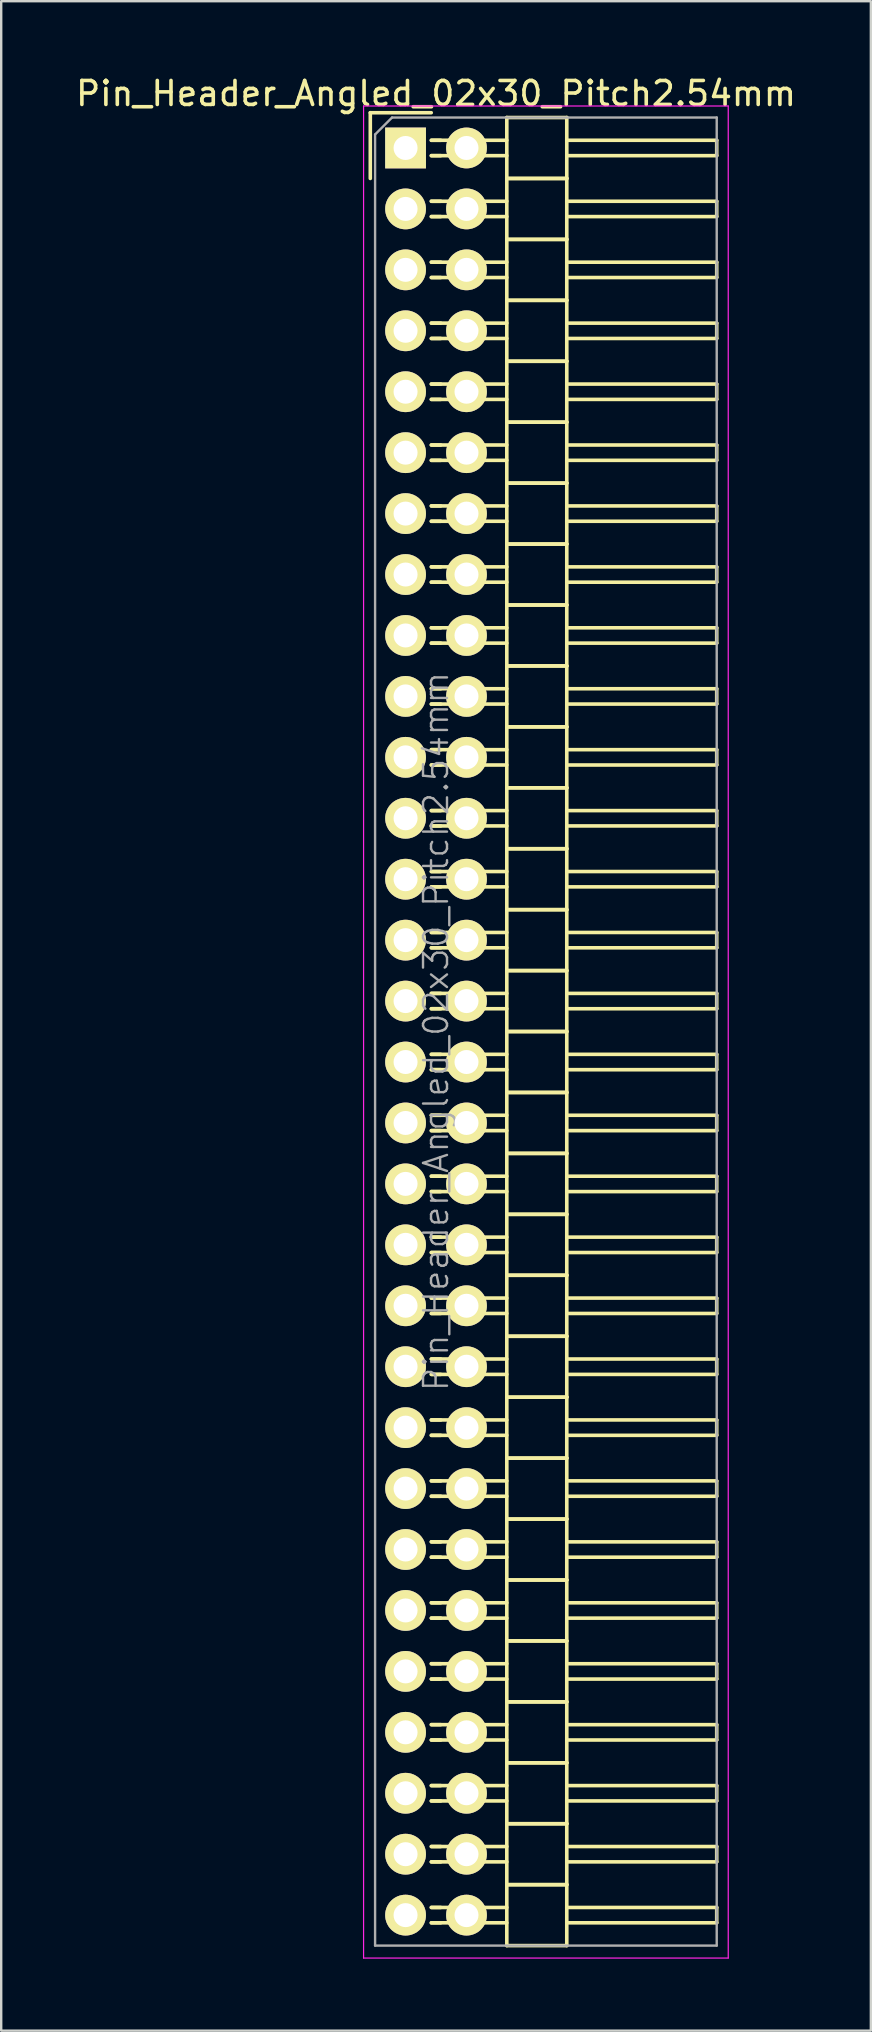
<source format=kicad_pcb>
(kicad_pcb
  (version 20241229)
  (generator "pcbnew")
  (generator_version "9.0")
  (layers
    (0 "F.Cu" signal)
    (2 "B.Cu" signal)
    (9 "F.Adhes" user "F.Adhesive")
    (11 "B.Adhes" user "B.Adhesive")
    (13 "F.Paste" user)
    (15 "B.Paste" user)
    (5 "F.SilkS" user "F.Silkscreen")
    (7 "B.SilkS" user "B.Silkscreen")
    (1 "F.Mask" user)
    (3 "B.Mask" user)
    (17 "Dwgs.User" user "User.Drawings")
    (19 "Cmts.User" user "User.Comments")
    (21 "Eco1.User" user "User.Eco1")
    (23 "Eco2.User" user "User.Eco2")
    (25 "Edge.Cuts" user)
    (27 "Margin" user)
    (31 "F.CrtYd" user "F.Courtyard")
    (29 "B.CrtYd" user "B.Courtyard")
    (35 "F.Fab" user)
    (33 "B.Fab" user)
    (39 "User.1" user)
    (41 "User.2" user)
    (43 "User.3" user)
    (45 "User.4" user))
  (footprint "Pin_Header_Angled_02x30_Pitch2.54mm"
    (layer "F.Cu")
    (at 13.855 3.118)
    (property "Reference" "Pin_Header_Angled_02x30_Pitch2.54mm" (at 1.27 -2.27 0) (layer "F.SilkS") (effects (font (size 1 1) (thickness 0.15))))
    (attr smd)
    (fp_line (start -1.47 -1.47) (end -1.47 1.27) (stroke (width 0.15) (type solid)) (layer "F.SilkS"))
    (fp_line (start -1.47 -1.47) (end 1.07 -1.47) (stroke (width 0.15) (type solid)) (layer "F.SilkS"))
    (fp_line (start 1.465 -0.32) (end 1.075 -0.32) (stroke (width 0.15) (type solid)) (layer "F.SilkS"))
    (fp_line (start 1.465 0.32) (end 1.075 0.32) (stroke (width 0.15) (type solid)) (layer "F.SilkS"))
    (fp_line (start 1.465 2.22) (end 1.075 2.22) (stroke (width 0.15) (type solid)) (layer "F.SilkS"))
    (fp_line (start 1.465 2.86) (end 1.075 2.86) (stroke (width 0.15) (type solid)) (layer "F.SilkS"))
    (fp_line (start 1.465 4.76) (end 1.075 4.76) (stroke (width 0.15) (type solid)) (layer "F.SilkS"))
    (fp_line (start 1.465 5.4) (end 1.075 5.4) (stroke (width 0.15) (type solid)) (layer "F.SilkS"))
    (fp_line (start 1.465 7.3) (end 1.075 7.3) (stroke (width 0.15) (type solid)) (layer "F.SilkS"))
    (fp_line (start 1.465 7.94) (end 1.075 7.94) (stroke (width 0.15) (type solid)) (layer "F.SilkS"))
    (fp_line (start 1.465 9.84) (end 1.075 9.84) (stroke (width 0.15) (type solid)) (layer "F.SilkS"))
    (fp_line (start 1.465 10.48) (end 1.075 10.48) (stroke (width 0.15) (type solid)) (layer "F.SilkS"))
    (fp_line (start 1.465 12.38) (end 1.075 12.38) (stroke (width 0.15) (type solid)) (layer "F.SilkS"))
    (fp_line (start 1.465 13.02) (end 1.075 13.02) (stroke (width 0.15) (type solid)) (layer "F.SilkS"))
    (fp_line (start 1.465 14.92) (end 1.075 14.92) (stroke (width 0.15) (type solid)) (layer "F.SilkS"))
    (fp_line (start 1.465 15.56) (end 1.075 15.56) (stroke (width 0.15) (type solid)) (layer "F.SilkS"))
    (fp_line (start 1.465 17.46) (end 1.075 17.46) (stroke (width 0.15) (type solid)) (layer "F.SilkS"))
    (fp_line (start 1.465 18.1) (end 1.075 18.1) (stroke (width 0.15) (type solid)) (layer "F.SilkS"))
    (fp_line (start 1.465 20) (end 1.075 20) (stroke (width 0.15) (type solid)) (layer "F.SilkS"))
    (fp_line (start 1.465 20.64) (end 1.075 20.64) (stroke (width 0.15) (type solid)) (layer "F.SilkS"))
    (fp_line (start 1.465 22.54) (end 1.075 22.54) (stroke (width 0.15) (type solid)) (layer "F.SilkS"))
    (fp_line (start 1.465 23.18) (end 1.075 23.18) (stroke (width 0.15) (type solid)) (layer "F.SilkS"))
    (fp_line (start 1.465 25.08) (end 1.075 25.08) (stroke (width 0.15) (type solid)) (layer "F.SilkS"))
    (fp_line (start 1.465 25.72) (end 1.075 25.72) (stroke (width 0.15) (type solid)) (layer "F.SilkS"))
    (fp_line (start 1.465 27.62) (end 1.075 27.62) (stroke (width 0.15) (type solid)) (layer "F.SilkS"))
    (fp_line (start 1.465 28.26) (end 1.075 28.26) (stroke (width 0.15) (type solid)) (layer "F.SilkS"))
    (fp_line (start 1.465 30.16) (end 1.075 30.16) (stroke (width 0.15) (type solid)) (layer "F.SilkS"))
    (fp_line (start 1.465 30.8) (end 1.075 30.8) (stroke (width 0.15) (type solid)) (layer "F.SilkS"))
    (fp_line (start 1.465 32.7) (end 1.075 32.7) (stroke (width 0.15) (type solid)) (layer "F.SilkS"))
    (fp_line (start 1.465 33.34) (end 1.075 33.34) (stroke (width 0.15) (type solid)) (layer "F.SilkS"))
    (fp_line (start 1.465 35.24) (end 1.075 35.24) (stroke (width 0.15) (type solid)) (layer "F.SilkS"))
    (fp_line (start 1.465 35.88) (end 1.075 35.88) (stroke (width 0.15) (type solid)) (layer "F.SilkS"))
    (fp_line (start 1.465 37.78) (end 1.075 37.78) (stroke (width 0.15) (type solid)) (layer "F.SilkS"))
    (fp_line (start 1.465 38.42) (end 1.075 38.42) (stroke (width 0.15) (type solid)) (layer "F.SilkS"))
    (fp_line (start 1.465 40.32) (end 1.075 40.32) (stroke (width 0.15) (type solid)) (layer "F.SilkS"))
    (fp_line (start 1.465 40.96) (end 1.075 40.96) (stroke (width 0.15) (type solid)) (layer "F.SilkS"))
    (fp_line (start 1.465 42.86) (end 1.075 42.86) (stroke (width 0.15) (type solid)) (layer "F.SilkS"))
    (fp_line (start 1.465 43.5) (end 1.075 43.5) (stroke (width 0.15) (type solid)) (layer "F.SilkS"))
    (fp_line (start 1.465 45.4) (end 1.075 45.4) (stroke (width 0.15) (type solid)) (layer "F.SilkS"))
    (fp_line (start 1.465 46.04) (end 1.075 46.04) (stroke (width 0.15) (type solid)) (layer "F.SilkS"))
    (fp_line (start 1.465 47.94) (end 1.075 47.94) (stroke (width 0.15) (type solid)) (layer "F.SilkS"))
    (fp_line (start 1.465 48.58) (end 1.075 48.58) (stroke (width 0.15) (type solid)) (layer "F.SilkS"))
    (fp_line (start 1.465 50.48) (end 1.075 50.48) (stroke (width 0.15) (type solid)) (layer "F.SilkS"))
    (fp_line (start 1.465 51.12) (end 1.075 51.12) (stroke (width 0.15) (type solid)) (layer "F.SilkS"))
    (fp_line (start 1.465 53.02) (end 1.075 53.02) (stroke (width 0.15) (type solid)) (layer "F.SilkS"))
    (fp_line (start 1.465 53.66) (end 1.075 53.66) (stroke (width 0.15) (type solid)) (layer "F.SilkS"))
    (fp_line (start 1.465 55.56) (end 1.075 55.56) (stroke (width 0.15) (type solid)) (layer "F.SilkS"))
    (fp_line (start 1.465 56.2) (end 1.075 56.2) (stroke (width 0.15) (type solid)) (layer "F.SilkS"))
    (fp_line (start 1.465 58.1) (end 1.075 58.1) (stroke (width 0.15) (type solid)) (layer "F.SilkS"))
    (fp_line (start 1.465 58.74) (end 1.075 58.74) (stroke (width 0.15) (type solid)) (layer "F.SilkS"))
    (fp_line (start 1.465 60.64) (end 1.075 60.64) (stroke (width 0.15) (type solid)) (layer "F.SilkS"))
    (fp_line (start 1.465 61.28) (end 1.075 61.28) (stroke (width 0.15) (type solid)) (layer "F.SilkS"))
    (fp_line (start 1.465 63.18) (end 1.075 63.18) (stroke (width 0.15) (type solid)) (layer "F.SilkS"))
    (fp_line (start 1.465 63.82) (end 1.075 63.82) (stroke (width 0.15) (type solid)) (layer "F.SilkS"))
    (fp_line (start 1.465 65.72) (end 1.075 65.72) (stroke (width 0.15) (type solid)) (layer "F.SilkS"))
    (fp_line (start 1.465 66.36) (end 1.075 66.36) (stroke (width 0.15) (type solid)) (layer "F.SilkS"))
    (fp_line (start 1.465 68.26) (end 1.075 68.26) (stroke (width 0.15) (type solid)) (layer "F.SilkS"))
    (fp_line (start 1.465 68.9) (end 1.075 68.9) (stroke (width 0.15) (type solid)) (layer "F.SilkS"))
    (fp_line (start 1.465 70.8) (end 1.075 70.8) (stroke (width 0.15) (type solid)) (layer "F.SilkS"))
    (fp_line (start 1.465 71.44) (end 1.075 71.44) (stroke (width 0.15) (type solid)) (layer "F.SilkS"))
    (fp_line (start 1.465 73.34) (end 1.075 73.34) (stroke (width 0.15) (type solid)) (layer "F.SilkS"))
    (fp_line (start 1.465 73.98) (end 1.075 73.98) (stroke (width 0.15) (type solid)) (layer "F.SilkS"))
    (fp_line (start 4.22 -0.32) (end 1.075 -0.32) (stroke (width 0.15) (type solid)) (layer "F.SilkS"))
    (fp_line (start 4.22 0.32) (end 1.075 0.32) (stroke (width 0.15) (type solid)) (layer "F.SilkS"))
    (fp_line (start 4.22 1.27) (end 4.22 -1.27) (stroke (width 0.15) (type solid)) (layer "F.SilkS"))
    (fp_line (start 4.22 2.22) (end 1.075 2.22) (stroke (width 0.15) (type solid)) (layer "F.SilkS"))
    (fp_line (start 4.22 2.86) (end 1.075 2.86) (stroke (width 0.15) (type solid)) (layer "F.SilkS"))
    (fp_line (start 4.22 3.81) (end 4.22 1.27) (stroke (width 0.15) (type solid)) (layer "F.SilkS"))
    (fp_line (start 4.22 4.76) (end 1.075 4.76) (stroke (width 0.15) (type solid)) (layer "F.SilkS"))
    (fp_line (start 4.22 5.4) (end 1.075 5.4) (stroke (width 0.15) (type solid)) (layer "F.SilkS"))
    (fp_line (start 4.22 6.35) (end 4.22 3.81) (stroke (width 0.15) (type solid)) (layer "F.SilkS"))
    (fp_line (start 4.22 7.3) (end 1.075 7.3) (stroke (width 0.15) (type solid)) (layer "F.SilkS"))
    (fp_line (start 4.22 7.94) (end 1.075 7.94) (stroke (width 0.15) (type solid)) (layer "F.SilkS"))
    (fp_line (start 4.22 8.89) (end 4.22 6.35) (stroke (width 0.15) (type solid)) (layer "F.SilkS"))
    (fp_line (start 4.22 9.84) (end 1.075 9.84) (stroke (width 0.15) (type solid)) (layer "F.SilkS"))
    (fp_line (start 4.22 10.48) (end 1.075 10.48) (stroke (width 0.15) (type solid)) (layer "F.SilkS"))
    (fp_line (start 4.22 11.43) (end 4.22 8.89) (stroke (width 0.15) (type solid)) (layer "F.SilkS"))
    (fp_line (start 4.22 12.38) (end 1.075 12.38) (stroke (width 0.15) (type solid)) (layer "F.SilkS"))
    (fp_line (start 4.22 13.02) (end 1.075 13.02) (stroke (width 0.15) (type solid)) (layer "F.SilkS"))
    (fp_line (start 4.22 13.97) (end 4.22 11.43) (stroke (width 0.15) (type solid)) (layer "F.SilkS"))
    (fp_line (start 4.22 14.92) (end 1.075 14.92) (stroke (width 0.15) (type solid)) (layer "F.SilkS"))
    (fp_line (start 4.22 15.56) (end 1.075 15.56) (stroke (width 0.15) (type solid)) (layer "F.SilkS"))
    (fp_line (start 4.22 16.51) (end 4.22 13.97) (stroke (width 0.15) (type solid)) (layer "F.SilkS"))
    (fp_line (start 4.22 17.46) (end 1.075 17.46) (stroke (width 0.15) (type solid)) (layer "F.SilkS"))
    (fp_line (start 4.22 18.1) (end 1.075 18.1) (stroke (width 0.15) (type solid)) (layer "F.SilkS"))
    (fp_line (start 4.22 19.05) (end 4.22 16.51) (stroke (width 0.15) (type solid)) (layer "F.SilkS"))
    (fp_line (start 4.22 20) (end 1.075 20) (stroke (width 0.15) (type solid)) (layer "F.SilkS"))
    (fp_line (start 4.22 20.64) (end 1.075 20.64) (stroke (width 0.15) (type solid)) (layer "F.SilkS"))
    (fp_line (start 4.22 21.59) (end 4.22 19.05) (stroke (width 0.15) (type solid)) (layer "F.SilkS"))
    (fp_line (start 4.22 22.54) (end 1.075 22.54) (stroke (width 0.15) (type solid)) (layer "F.SilkS"))
    (fp_line (start 4.22 23.18) (end 1.075 23.18) (stroke (width 0.15) (type solid)) (layer "F.SilkS"))
    (fp_line (start 4.22 24.13) (end 4.22 21.59) (stroke (width 0.15) (type solid)) (layer "F.SilkS"))
    (fp_line (start 4.22 25.08) (end 1.075 25.08) (stroke (width 0.15) (type solid)) (layer "F.SilkS"))
    (fp_line (start 4.22 25.72) (end 1.075 25.72) (stroke (width 0.15) (type solid)) (layer "F.SilkS"))
    (fp_line (start 4.22 26.67) (end 4.22 24.13) (stroke (width 0.15) (type solid)) (layer "F.SilkS"))
    (fp_line (start 4.22 27.62) (end 1.075 27.62) (stroke (width 0.15) (type solid)) (layer "F.SilkS"))
    (fp_line (start 4.22 28.26) (end 1.075 28.26) (stroke (width 0.15) (type solid)) (layer "F.SilkS"))
    (fp_line (start 4.22 29.21) (end 4.22 26.67) (stroke (width 0.15) (type solid)) (layer "F.SilkS"))
    (fp_line (start 4.22 30.16) (end 1.075 30.16) (stroke (width 0.15) (type solid)) (layer "F.SilkS"))
    (fp_line (start 4.22 30.8) (end 1.075 30.8) (stroke (width 0.15) (type solid)) (layer "F.SilkS"))
    (fp_line (start 4.22 31.75) (end 4.22 29.21) (stroke (width 0.15) (type solid)) (layer "F.SilkS"))
    (fp_line (start 4.22 32.7) (end 1.075 32.7) (stroke (width 0.15) (type solid)) (layer "F.SilkS"))
    (fp_line (start 4.22 33.34) (end 1.075 33.34) (stroke (width 0.15) (type solid)) (layer "F.SilkS"))
    (fp_line (start 4.22 34.29) (end 4.22 31.75) (stroke (width 0.15) (type solid)) (layer "F.SilkS"))
    (fp_line (start 4.22 35.24) (end 1.075 35.24) (stroke (width 0.15) (type solid)) (layer "F.SilkS"))
    (fp_line (start 4.22 35.88) (end 1.075 35.88) (stroke (width 0.15) (type solid)) (layer "F.SilkS"))
    (fp_line (start 4.22 36.83) (end 4.22 34.29) (stroke (width 0.15) (type solid)) (layer "F.SilkS"))
    (fp_line (start 4.22 37.78) (end 1.075 37.78) (stroke (width 0.15) (type solid)) (layer "F.SilkS"))
    (fp_line (start 4.22 38.42) (end 1.075 38.42) (stroke (width 0.15) (type solid)) (layer "F.SilkS"))
    (fp_line (start 4.22 39.37) (end 4.22 36.83) (stroke (width 0.15) (type solid)) (layer "F.SilkS"))
    (fp_line (start 4.22 40.32) (end 1.075 40.32) (stroke (width 0.15) (type solid)) (layer "F.SilkS"))
    (fp_line (start 4.22 40.96) (end 1.075 40.96) (stroke (width 0.15) (type solid)) (layer "F.SilkS"))
    (fp_line (start 4.22 41.91) (end 4.22 39.37) (stroke (width 0.15) (type solid)) (layer "F.SilkS"))
    (fp_line (start 4.22 42.86) (end 1.075 42.86) (stroke (width 0.15) (type solid)) (layer "F.SilkS"))
    (fp_line (start 4.22 43.5) (end 1.075 43.5) (stroke (width 0.15) (type solid)) (layer "F.SilkS"))
    (fp_line (start 4.22 44.45) (end 4.22 41.91) (stroke (width 0.15) (type solid)) (layer "F.SilkS"))
    (fp_line (start 4.22 45.4) (end 1.075 45.4) (stroke (width 0.15) (type solid)) (layer "F.SilkS"))
    (fp_line (start 4.22 46.04) (end 1.075 46.04) (stroke (width 0.15) (type solid)) (layer "F.SilkS"))
    (fp_line (start 4.22 46.99) (end 4.22 44.45) (stroke (width 0.15) (type solid)) (layer "F.SilkS"))
    (fp_line (start 4.22 47.94) (end 1.075 47.94) (stroke (width 0.15) (type solid)) (layer "F.SilkS"))
    (fp_line (start 4.22 48.58) (end 1.075 48.58) (stroke (width 0.15) (type solid)) (layer "F.SilkS"))
    (fp_line (start 4.22 49.53) (end 4.22 46.99) (stroke (width 0.15) (type solid)) (layer "F.SilkS"))
    (fp_line (start 4.22 50.48) (end 1.075 50.48) (stroke (width 0.15) (type solid)) (layer "F.SilkS"))
    (fp_line (start 4.22 51.12) (end 1.075 51.12) (stroke (width 0.15) (type solid)) (layer "F.SilkS"))
    (fp_line (start 4.22 52.07) (end 4.22 49.53) (stroke (width 0.15) (type solid)) (layer "F.SilkS"))
    (fp_line (start 4.22 53.02) (end 1.075 53.02) (stroke (width 0.15) (type solid)) (layer "F.SilkS"))
    (fp_line (start 4.22 53.66) (end 1.075 53.66) (stroke (width 0.15) (type solid)) (layer "F.SilkS"))
    (fp_line (start 4.22 54.61) (end 4.22 52.07) (stroke (width 0.15) (type solid)) (layer "F.SilkS"))
    (fp_line (start 4.22 55.56) (end 1.075 55.56) (stroke (width 0.15) (type solid)) (layer "F.SilkS"))
    (fp_line (start 4.22 56.2) (end 1.075 56.2) (stroke (width 0.15) (type solid)) (layer "F.SilkS"))
    (fp_line (start 4.22 57.15) (end 4.22 54.61) (stroke (width 0.15) (type solid)) (layer "F.SilkS"))
    (fp_line (start 4.22 58.1) (end 1.075 58.1) (stroke (width 0.15) (type solid)) (layer "F.SilkS"))
    (fp_line (start 4.22 58.74) (end 1.075 58.74) (stroke (width 0.15) (type solid)) (layer "F.SilkS"))
    (fp_line (start 4.22 59.69) (end 4.22 57.15) (stroke (width 0.15) (type solid)) (layer "F.SilkS"))
    (fp_line (start 4.22 60.64) (end 1.075 60.64) (stroke (width 0.15) (type solid)) (layer "F.SilkS"))
    (fp_line (start 4.22 61.28) (end 1.075 61.28) (stroke (width 0.15) (type solid)) (layer "F.SilkS"))
    (fp_line (start 4.22 62.23) (end 4.22 59.69) (stroke (width 0.15) (type solid)) (layer "F.SilkS"))
    (fp_line (start 4.22 63.18) (end 1.075 63.18) (stroke (width 0.15) (type solid)) (layer "F.SilkS"))
    (fp_line (start 4.22 63.82) (end 1.075 63.82) (stroke (width 0.15) (type solid)) (layer "F.SilkS"))
    (fp_line (start 4.22 64.77) (end 4.22 62.23) (stroke (width 0.15) (type solid)) (layer "F.SilkS"))
    (fp_line (start 4.22 65.72) (end 1.075 65.72) (stroke (width 0.15) (type solid)) (layer "F.SilkS"))
    (fp_line (start 4.22 66.36) (end 1.075 66.36) (stroke (width 0.15) (type solid)) (layer "F.SilkS"))
    (fp_line (start 4.22 67.31) (end 4.22 64.77) (stroke (width 0.15) (type solid)) (layer "F.SilkS"))
    (fp_line (start 4.22 68.26) (end 1.075 68.26) (stroke (width 0.15) (type solid)) (layer "F.SilkS"))
    (fp_line (start 4.22 68.9) (end 1.075 68.9) (stroke (width 0.15) (type solid)) (layer "F.SilkS"))
    (fp_line (start 4.22 69.85) (end 4.22 67.31) (stroke (width 0.15) (type solid)) (layer "F.SilkS"))
    (fp_line (start 4.22 70.8) (end 1.075 70.8) (stroke (width 0.15) (type solid)) (layer "F.SilkS"))
    (fp_line (start 4.22 71.44) (end 1.075 71.44) (stroke (width 0.15) (type solid)) (layer "F.SilkS"))
    (fp_line (start 4.22 72.39) (end 4.22 69.85) (stroke (width 0.15) (type solid)) (layer "F.SilkS"))
    (fp_line (start 4.22 73.34) (end 1.075 73.34) (stroke (width 0.15) (type solid)) (layer "F.SilkS"))
    (fp_line (start 4.22 73.98) (end 1.075 73.98) (stroke (width 0.15) (type solid)) (layer "F.SilkS"))
    (fp_line (start 4.22 74.93) (end 4.22 72.39) (stroke (width 0.15) (type solid)) (layer "F.SilkS"))
    (fp_line (start 6.72 -1.27) (end 4.22 -1.27) (stroke (width 0.15) (type solid)) (layer "F.SilkS"))
    (fp_line (start 6.72 -0.32) (end 12.97 -0.32) (stroke (width 0.15) (type solid)) (layer "F.SilkS"))
    (fp_line (start 6.72 0.32) (end 12.97 0.32) (stroke (width 0.15) (type solid)) (layer "F.SilkS"))
    (fp_line (start 6.72 1.27) (end 4.22 1.27) (stroke (width 0.15) (type solid)) (layer "F.SilkS"))
    (fp_line (start 6.72 1.27) (end 4.22 1.27) (stroke (width 0.15) (type solid)) (layer "F.SilkS"))
    (fp_line (start 6.72 1.27) (end 6.72 -1.27) (stroke (width 0.15) (type solid)) (layer "F.SilkS"))
    (fp_line (start 6.72 2.22) (end 12.97 2.22) (stroke (width 0.15) (type solid)) (layer "F.SilkS"))
    (fp_line (start 6.72 2.86) (end 12.97 2.86) (stroke (width 0.15) (type solid)) (layer "F.SilkS"))
    (fp_line (start 6.72 3.81) (end 4.22 3.81) (stroke (width 0.15) (type solid)) (layer "F.SilkS"))
    (fp_line (start 6.72 3.81) (end 4.22 3.81) (stroke (width 0.15) (type solid)) (layer "F.SilkS"))
    (fp_line (start 6.72 3.81) (end 6.72 1.27) (stroke (width 0.15) (type solid)) (layer "F.SilkS"))
    (fp_line (start 6.72 4.76) (end 12.97 4.76) (stroke (width 0.15) (type solid)) (layer "F.SilkS"))
    (fp_line (start 6.72 5.4) (end 12.97 5.4) (stroke (width 0.15) (type solid)) (layer "F.SilkS"))
    (fp_line (start 6.72 6.35) (end 4.22 6.35) (stroke (width 0.15) (type solid)) (layer "F.SilkS"))
    (fp_line (start 6.72 6.35) (end 4.22 6.35) (stroke (width 0.15) (type solid)) (layer "F.SilkS"))
    (fp_line (start 6.72 6.35) (end 6.72 3.81) (stroke (width 0.15) (type solid)) (layer "F.SilkS"))
    (fp_line (start 6.72 7.3) (end 12.97 7.3) (stroke (width 0.15) (type solid)) (layer "F.SilkS"))
    (fp_line (start 6.72 7.94) (end 12.97 7.94) (stroke (width 0.15) (type solid)) (layer "F.SilkS"))
    (fp_line (start 6.72 8.89) (end 4.22 8.89) (stroke (width 0.15) (type solid)) (layer "F.SilkS"))
    (fp_line (start 6.72 8.89) (end 4.22 8.89) (stroke (width 0.15) (type solid)) (layer "F.SilkS"))
    (fp_line (start 6.72 8.89) (end 6.72 6.35) (stroke (width 0.15) (type solid)) (layer "F.SilkS"))
    (fp_line (start 6.72 9.84) (end 12.97 9.84) (stroke (width 0.15) (type solid)) (layer "F.SilkS"))
    (fp_line (start 6.72 10.48) (end 12.97 10.48) (stroke (width 0.15) (type solid)) (layer "F.SilkS"))
    (fp_line (start 6.72 11.43) (end 4.22 11.43) (stroke (width 0.15) (type solid)) (layer "F.SilkS"))
    (fp_line (start 6.72 11.43) (end 4.22 11.43) (stroke (width 0.15) (type solid)) (layer "F.SilkS"))
    (fp_line (start 6.72 11.43) (end 6.72 8.89) (stroke (width 0.15) (type solid)) (layer "F.SilkS"))
    (fp_line (start 6.72 12.38) (end 12.97 12.38) (stroke (width 0.15) (type solid)) (layer "F.SilkS"))
    (fp_line (start 6.72 13.02) (end 12.97 13.02) (stroke (width 0.15) (type solid)) (layer "F.SilkS"))
    (fp_line (start 6.72 13.97) (end 4.22 13.97) (stroke (width 0.15) (type solid)) (layer "F.SilkS"))
    (fp_line (start 6.72 13.97) (end 4.22 13.97) (stroke (width 0.15) (type solid)) (layer "F.SilkS"))
    (fp_line (start 6.72 13.97) (end 6.72 11.43) (stroke (width 0.15) (type solid)) (layer "F.SilkS"))
    (fp_line (start 6.72 14.92) (end 12.97 14.92) (stroke (width 0.15) (type solid)) (layer "F.SilkS"))
    (fp_line (start 6.72 15.56) (end 12.97 15.56) (stroke (width 0.15) (type solid)) (layer "F.SilkS"))
    (fp_line (start 6.72 16.51) (end 4.22 16.51) (stroke (width 0.15) (type solid)) (layer "F.SilkS"))
    (fp_line (start 6.72 16.51) (end 4.22 16.51) (stroke (width 0.15) (type solid)) (layer "F.SilkS"))
    (fp_line (start 6.72 16.51) (end 6.72 13.97) (stroke (width 0.15) (type solid)) (layer "F.SilkS"))
    (fp_line (start 6.72 17.46) (end 12.97 17.46) (stroke (width 0.15) (type solid)) (layer "F.SilkS"))
    (fp_line (start 6.72 18.1) (end 12.97 18.1) (stroke (width 0.15) (type solid)) (layer "F.SilkS"))
    (fp_line (start 6.72 19.05) (end 4.22 19.05) (stroke (width 0.15) (type solid)) (layer "F.SilkS"))
    (fp_line (start 6.72 19.05) (end 4.22 19.05) (stroke (width 0.15) (type solid)) (layer "F.SilkS"))
    (fp_line (start 6.72 19.05) (end 6.72 16.51) (stroke (width 0.15) (type solid)) (layer "F.SilkS"))
    (fp_line (start 6.72 20) (end 12.97 20) (stroke (width 0.15) (type solid)) (layer "F.SilkS"))
    (fp_line (start 6.72 20.64) (end 12.97 20.64) (stroke (width 0.15) (type solid)) (layer "F.SilkS"))
    (fp_line (start 6.72 21.59) (end 4.22 21.59) (stroke (width 0.15) (type solid)) (layer "F.SilkS"))
    (fp_line (start 6.72 21.59) (end 4.22 21.59) (stroke (width 0.15) (type solid)) (layer "F.SilkS"))
    (fp_line (start 6.72 21.59) (end 6.72 19.05) (stroke (width 0.15) (type solid)) (layer "F.SilkS"))
    (fp_line (start 6.72 22.54) (end 12.97 22.54) (stroke (width 0.15) (type solid)) (layer "F.SilkS"))
    (fp_line (start 6.72 23.18) (end 12.97 23.18) (stroke (width 0.15) (type solid)) (layer "F.SilkS"))
    (fp_line (start 6.72 24.13) (end 4.22 24.13) (stroke (width 0.15) (type solid)) (layer "F.SilkS"))
    (fp_line (start 6.72 24.13) (end 4.22 24.13) (stroke (width 0.15) (type solid)) (layer "F.SilkS"))
    (fp_line (start 6.72 24.13) (end 6.72 21.59) (stroke (width 0.15) (type solid)) (layer "F.SilkS"))
    (fp_line (start 6.72 25.08) (end 12.97 25.08) (stroke (width 0.15) (type solid)) (layer "F.SilkS"))
    (fp_line (start 6.72 25.72) (end 12.97 25.72) (stroke (width 0.15) (type solid)) (layer "F.SilkS"))
    (fp_line (start 6.72 26.67) (end 4.22 26.67) (stroke (width 0.15) (type solid)) (layer "F.SilkS"))
    (fp_line (start 6.72 26.67) (end 4.22 26.67) (stroke (width 0.15) (type solid)) (layer "F.SilkS"))
    (fp_line (start 6.72 26.67) (end 6.72 24.13) (stroke (width 0.15) (type solid)) (layer "F.SilkS"))
    (fp_line (start 6.72 27.62) (end 12.97 27.62) (stroke (width 0.15) (type solid)) (layer "F.SilkS"))
    (fp_line (start 6.72 28.26) (end 12.97 28.26) (stroke (width 0.15) (type solid)) (layer "F.SilkS"))
    (fp_line (start 6.72 29.21) (end 4.22 29.21) (stroke (width 0.15) (type solid)) (layer "F.SilkS"))
    (fp_line (start 6.72 29.21) (end 4.22 29.21) (stroke (width 0.15) (type solid)) (layer "F.SilkS"))
    (fp_line (start 6.72 29.21) (end 6.72 26.67) (stroke (width 0.15) (type solid)) (layer "F.SilkS"))
    (fp_line (start 6.72 30.16) (end 12.97 30.16) (stroke (width 0.15) (type solid)) (layer "F.SilkS"))
    (fp_line (start 6.72 30.8) (end 12.97 30.8) (stroke (width 0.15) (type solid)) (layer "F.SilkS"))
    (fp_line (start 6.72 31.75) (end 4.22 31.75) (stroke (width 0.15) (type solid)) (layer "F.SilkS"))
    (fp_line (start 6.72 31.75) (end 4.22 31.75) (stroke (width 0.15) (type solid)) (layer "F.SilkS"))
    (fp_line (start 6.72 31.75) (end 6.72 29.21) (stroke (width 0.15) (type solid)) (layer "F.SilkS"))
    (fp_line (start 6.72 32.7) (end 12.97 32.7) (stroke (width 0.15) (type solid)) (layer "F.SilkS"))
    (fp_line (start 6.72 33.34) (end 12.97 33.34) (stroke (width 0.15) (type solid)) (layer "F.SilkS"))
    (fp_line (start 6.72 34.29) (end 4.22 34.29) (stroke (width 0.15) (type solid)) (layer "F.SilkS"))
    (fp_line (start 6.72 34.29) (end 4.22 34.29) (stroke (width 0.15) (type solid)) (layer "F.SilkS"))
    (fp_line (start 6.72 34.29) (end 6.72 31.75) (stroke (width 0.15) (type solid)) (layer "F.SilkS"))
    (fp_line (start 6.72 35.24) (end 12.97 35.24) (stroke (width 0.15) (type solid)) (layer "F.SilkS"))
    (fp_line (start 6.72 35.88) (end 12.97 35.88) (stroke (width 0.15) (type solid)) (layer "F.SilkS"))
    (fp_line (start 6.72 36.83) (end 4.22 36.83) (stroke (width 0.15) (type solid)) (layer "F.SilkS"))
    (fp_line (start 6.72 36.83) (end 4.22 36.83) (stroke (width 0.15) (type solid)) (layer "F.SilkS"))
    (fp_line (start 6.72 36.83) (end 6.72 34.29) (stroke (width 0.15) (type solid)) (layer "F.SilkS"))
    (fp_line (start 6.72 37.78) (end 12.97 37.78) (stroke (width 0.15) (type solid)) (layer "F.SilkS"))
    (fp_line (start 6.72 38.42) (end 12.97 38.42) (stroke (width 0.15) (type solid)) (layer "F.SilkS"))
    (fp_line (start 6.72 39.37) (end 4.22 39.37) (stroke (width 0.15) (type solid)) (layer "F.SilkS"))
    (fp_line (start 6.72 39.37) (end 4.22 39.37) (stroke (width 0.15) (type solid)) (layer "F.SilkS"))
    (fp_line (start 6.72 39.37) (end 6.72 36.83) (stroke (width 0.15) (type solid)) (layer "F.SilkS"))
    (fp_line (start 6.72 40.32) (end 12.97 40.32) (stroke (width 0.15) (type solid)) (layer "F.SilkS"))
    (fp_line (start 6.72 40.96) (end 12.97 40.96) (stroke (width 0.15) (type solid)) (layer "F.SilkS"))
    (fp_line (start 6.72 41.91) (end 4.22 41.91) (stroke (width 0.15) (type solid)) (layer "F.SilkS"))
    (fp_line (start 6.72 41.91) (end 4.22 41.91) (stroke (width 0.15) (type solid)) (layer "F.SilkS"))
    (fp_line (start 6.72 41.91) (end 6.72 39.37) (stroke (width 0.15) (type solid)) (layer "F.SilkS"))
    (fp_line (start 6.72 42.86) (end 12.97 42.86) (stroke (width 0.15) (type solid)) (layer "F.SilkS"))
    (fp_line (start 6.72 43.5) (end 12.97 43.5) (stroke (width 0.15) (type solid)) (layer "F.SilkS"))
    (fp_line (start 6.72 44.45) (end 4.22 44.45) (stroke (width 0.15) (type solid)) (layer "F.SilkS"))
    (fp_line (start 6.72 44.45) (end 4.22 44.45) (stroke (width 0.15) (type solid)) (layer "F.SilkS"))
    (fp_line (start 6.72 44.45) (end 6.72 41.91) (stroke (width 0.15) (type solid)) (layer "F.SilkS"))
    (fp_line (start 6.72 45.4) (end 12.97 45.4) (stroke (width 0.15) (type solid)) (layer "F.SilkS"))
    (fp_line (start 6.72 46.04) (end 12.97 46.04) (stroke (width 0.15) (type solid)) (layer "F.SilkS"))
    (fp_line (start 6.72 46.99) (end 4.22 46.99) (stroke (width 0.15) (type solid)) (layer "F.SilkS"))
    (fp_line (start 6.72 46.99) (end 4.22 46.99) (stroke (width 0.15) (type solid)) (layer "F.SilkS"))
    (fp_line (start 6.72 46.99) (end 6.72 44.45) (stroke (width 0.15) (type solid)) (layer "F.SilkS"))
    (fp_line (start 6.72 47.94) (end 12.97 47.94) (stroke (width 0.15) (type solid)) (layer "F.SilkS"))
    (fp_line (start 6.72 48.58) (end 12.97 48.58) (stroke (width 0.15) (type solid)) (layer "F.SilkS"))
    (fp_line (start 6.72 49.53) (end 4.22 49.53) (stroke (width 0.15) (type solid)) (layer "F.SilkS"))
    (fp_line (start 6.72 49.53) (end 4.22 49.53) (stroke (width 0.15) (type solid)) (layer "F.SilkS"))
    (fp_line (start 6.72 49.53) (end 6.72 46.99) (stroke (width 0.15) (type solid)) (layer "F.SilkS"))
    (fp_line (start 6.72 50.48) (end 12.97 50.48) (stroke (width 0.15) (type solid)) (layer "F.SilkS"))
    (fp_line (start 6.72 51.12) (end 12.97 51.12) (stroke (width 0.15) (type solid)) (layer "F.SilkS"))
    (fp_line (start 6.72 52.07) (end 4.22 52.07) (stroke (width 0.15) (type solid)) (layer "F.SilkS"))
    (fp_line (start 6.72 52.07) (end 4.22 52.07) (stroke (width 0.15) (type solid)) (layer "F.SilkS"))
    (fp_line (start 6.72 52.07) (end 6.72 49.53) (stroke (width 0.15) (type solid)) (layer "F.SilkS"))
    (fp_line (start 6.72 53.02) (end 12.97 53.02) (stroke (width 0.15) (type solid)) (layer "F.SilkS"))
    (fp_line (start 6.72 53.66) (end 12.97 53.66) (stroke (width 0.15) (type solid)) (layer "F.SilkS"))
    (fp_line (start 6.72 54.61) (end 4.22 54.61) (stroke (width 0.15) (type solid)) (layer "F.SilkS"))
    (fp_line (start 6.72 54.61) (end 4.22 54.61) (stroke (width 0.15) (type solid)) (layer "F.SilkS"))
    (fp_line (start 6.72 54.61) (end 6.72 52.07) (stroke (width 0.15) (type solid)) (layer "F.SilkS"))
    (fp_line (start 6.72 55.56) (end 12.97 55.56) (stroke (width 0.15) (type solid)) (layer "F.SilkS"))
    (fp_line (start 6.72 56.2) (end 12.97 56.2) (stroke (width 0.15) (type solid)) (layer "F.SilkS"))
    (fp_line (start 6.72 57.15) (end 4.22 57.15) (stroke (width 0.15) (type solid)) (layer "F.SilkS"))
    (fp_line (start 6.72 57.15) (end 4.22 57.15) (stroke (width 0.15) (type solid)) (layer "F.SilkS"))
    (fp_line (start 6.72 57.15) (end 6.72 54.61) (stroke (width 0.15) (type solid)) (layer "F.SilkS"))
    (fp_line (start 6.72 58.1) (end 12.97 58.1) (stroke (width 0.15) (type solid)) (layer "F.SilkS"))
    (fp_line (start 6.72 58.74) (end 12.97 58.74) (stroke (width 0.15) (type solid)) (layer "F.SilkS"))
    (fp_line (start 6.72 59.69) (end 4.22 59.69) (stroke (width 0.15) (type solid)) (layer "F.SilkS"))
    (fp_line (start 6.72 59.69) (end 4.22 59.69) (stroke (width 0.15) (type solid)) (layer "F.SilkS"))
    (fp_line (start 6.72 59.69) (end 6.72 57.15) (stroke (width 0.15) (type solid)) (layer "F.SilkS"))
    (fp_line (start 6.72 60.64) (end 12.97 60.64) (stroke (width 0.15) (type solid)) (layer "F.SilkS"))
    (fp_line (start 6.72 61.28) (end 12.97 61.28) (stroke (width 0.15) (type solid)) (layer "F.SilkS"))
    (fp_line (start 6.72 62.23) (end 4.22 62.23) (stroke (width 0.15) (type solid)) (layer "F.SilkS"))
    (fp_line (start 6.72 62.23) (end 4.22 62.23) (stroke (width 0.15) (type solid)) (layer "F.SilkS"))
    (fp_line (start 6.72 62.23) (end 6.72 59.69) (stroke (width 0.15) (type solid)) (layer "F.SilkS"))
    (fp_line (start 6.72 63.18) (end 12.97 63.18) (stroke (width 0.15) (type solid)) (layer "F.SilkS"))
    (fp_line (start 6.72 63.82) (end 12.97 63.82) (stroke (width 0.15) (type solid)) (layer "F.SilkS"))
    (fp_line (start 6.72 64.77) (end 4.22 64.77) (stroke (width 0.15) (type solid)) (layer "F.SilkS"))
    (fp_line (start 6.72 64.77) (end 4.22 64.77) (stroke (width 0.15) (type solid)) (layer "F.SilkS"))
    (fp_line (start 6.72 64.77) (end 6.72 62.23) (stroke (width 0.15) (type solid)) (layer "F.SilkS"))
    (fp_line (start 6.72 65.72) (end 12.97 65.72) (stroke (width 0.15) (type solid)) (layer "F.SilkS"))
    (fp_line (start 6.72 66.36) (end 12.97 66.36) (stroke (width 0.15) (type solid)) (layer "F.SilkS"))
    (fp_line (start 6.72 67.31) (end 4.22 67.31) (stroke (width 0.15) (type solid)) (layer "F.SilkS"))
    (fp_line (start 6.72 67.31) (end 4.22 67.31) (stroke (width 0.15) (type solid)) (layer "F.SilkS"))
    (fp_line (start 6.72 67.31) (end 6.72 64.77) (stroke (width 0.15) (type solid)) (layer "F.SilkS"))
    (fp_line (start 6.72 68.26) (end 12.97 68.26) (stroke (width 0.15) (type solid)) (layer "F.SilkS"))
    (fp_line (start 6.72 68.9) (end 12.97 68.9) (stroke (width 0.15) (type solid)) (layer "F.SilkS"))
    (fp_line (start 6.72 69.85) (end 4.22 69.85) (stroke (width 0.15) (type solid)) (layer "F.SilkS"))
    (fp_line (start 6.72 69.85) (end 4.22 69.85) (stroke (width 0.15) (type solid)) (layer "F.SilkS"))
    (fp_line (start 6.72 69.85) (end 6.72 67.31) (stroke (width 0.15) (type solid)) (layer "F.SilkS"))
    (fp_line (start 6.72 70.8) (end 12.97 70.8) (stroke (width 0.15) (type solid)) (layer "F.SilkS"))
    (fp_line (start 6.72 71.44) (end 12.97 71.44) (stroke (width 0.15) (type solid)) (layer "F.SilkS"))
    (fp_line (start 6.72 72.39) (end 4.22 72.39) (stroke (width 0.15) (type solid)) (layer "F.SilkS"))
    (fp_line (start 6.72 72.39) (end 4.22 72.39) (stroke (width 0.15) (type solid)) (layer "F.SilkS"))
    (fp_line (start 6.72 72.39) (end 6.72 69.85) (stroke (width 0.15) (type solid)) (layer "F.SilkS"))
    (fp_line (start 6.72 73.34) (end 12.97 73.34) (stroke (width 0.15) (type solid)) (layer "F.SilkS"))
    (fp_line (start 6.72 73.98) (end 12.97 73.98) (stroke (width 0.15) (type solid)) (layer "F.SilkS"))
    (fp_line (start 6.72 74.93) (end 4.22 74.93) (stroke (width 0.15) (type solid)) (layer "F.SilkS"))
    (fp_line (start 6.72 74.93) (end 6.72 72.39) (stroke (width 0.15) (type solid)) (layer "F.SilkS"))
    (fp_line (start 12.97 0.32) (end 12.97 -0.32) (stroke (width 0.15) (type solid)) (layer "F.SilkS"))
    (fp_line (start 12.97 2.86) (end 12.97 2.22) (stroke (width 0.15) (type solid)) (layer "F.SilkS"))
    (fp_line (start 12.97 5.4) (end 12.97 4.76) (stroke (width 0.15) (type solid)) (layer "F.SilkS"))
    (fp_line (start 12.97 7.94) (end 12.97 7.3) (stroke (width 0.15) (type solid)) (layer "F.SilkS"))
    (fp_line (start 12.97 10.48) (end 12.97 9.84) (stroke (width 0.15) (type solid)) (layer "F.SilkS"))
    (fp_line (start 12.97 13.02) (end 12.97 12.38) (stroke (width 0.15) (type solid)) (layer "F.SilkS"))
    (fp_line (start 12.97 15.56) (end 12.97 14.92) (stroke (width 0.15) (type solid)) (layer "F.SilkS"))
    (fp_line (start 12.97 18.1) (end 12.97 17.46) (stroke (width 0.15) (type solid)) (layer "F.SilkS"))
    (fp_line (start 12.97 20.64) (end 12.97 20) (stroke (width 0.15) (type solid)) (layer "F.SilkS"))
    (fp_line (start 12.97 23.18) (end 12.97 22.54) (stroke (width 0.15) (type solid)) (layer "F.SilkS"))
    (fp_line (start 12.97 25.72) (end 12.97 25.08) (stroke (width 0.15) (type solid)) (layer "F.SilkS"))
    (fp_line (start 12.97 28.26) (end 12.97 27.62) (stroke (width 0.15) (type solid)) (layer "F.SilkS"))
    (fp_line (start 12.97 30.8) (end 12.97 30.16) (stroke (width 0.15) (type solid)) (layer "F.SilkS"))
    (fp_line (start 12.97 33.34) (end 12.97 32.7) (stroke (width 0.15) (type solid)) (layer "F.SilkS"))
    (fp_line (start 12.97 35.88) (end 12.97 35.24) (stroke (width 0.15) (type solid)) (layer "F.SilkS"))
    (fp_line (start 12.97 38.42) (end 12.97 37.78) (stroke (width 0.15) (type solid)) (layer "F.SilkS"))
    (fp_line (start 12.97 40.96) (end 12.97 40.32) (stroke (width 0.15) (type solid)) (layer "F.SilkS"))
    (fp_line (start 12.97 43.5) (end 12.97 42.86) (stroke (width 0.15) (type solid)) (layer "F.SilkS"))
    (fp_line (start 12.97 46.04) (end 12.97 45.4) (stroke (width 0.15) (type solid)) (layer "F.SilkS"))
    (fp_line (start 12.97 48.58) (end 12.97 47.94) (stroke (width 0.15) (type solid)) (layer "F.SilkS"))
    (fp_line (start 12.97 51.12) (end 12.97 50.48) (stroke (width 0.15) (type solid)) (layer "F.SilkS"))
    (fp_line (start 12.97 53.66) (end 12.97 53.02) (stroke (width 0.15) (type solid)) (layer "F.SilkS"))
    (fp_line (start 12.97 56.2) (end 12.97 55.56) (stroke (width 0.15) (type solid)) (layer "F.SilkS"))
    (fp_line (start 12.97 58.74) (end 12.97 58.1) (stroke (width 0.15) (type solid)) (layer "F.SilkS"))
    (fp_line (start 12.97 61.28) (end 12.97 60.64) (stroke (width 0.15) (type solid)) (layer "F.SilkS"))
    (fp_line (start 12.97 63.82) (end 12.97 63.18) (stroke (width 0.15) (type solid)) (layer "F.SilkS"))
    (fp_line (start 12.97 66.36) (end 12.97 65.72) (stroke (width 0.15) (type solid)) (layer "F.SilkS"))
    (fp_line (start 12.97 68.9) (end 12.97 68.26) (stroke (width 0.15) (type solid)) (layer "F.SilkS"))
    (fp_line (start 12.97 71.44) (end 12.97 70.8) (stroke (width 0.15) (type solid)) (layer "F.SilkS"))
    (fp_line (start 12.97 73.98) (end 12.97 73.34) (stroke (width 0.15) (type solid)) (layer "F.SilkS"))
    (fp_line (start -1.75 -1.75) (end -1.75 75.45) (stroke (width 0.05) (type solid)) (layer "F.CrtYd"))
    (fp_line (start 13.45 -1.75) (end -1.75 -1.75) (stroke (width 0.05) (type solid)) (layer "F.CrtYd"))
    (fp_line (start 13.45 -1.75) (end 13.45 75.45) (stroke (width 0.05) (type solid)) (layer "F.CrtYd"))
    (fp_line (start 13.45 75.45) (end -1.75 75.45) (stroke (width 0.05) (type solid)) (layer "F.CrtYd"))
    (fp_line (start -1.27 -0.563) (end -0.563 -1.27) (stroke (width 0.1) (type solid)) (layer "F.Fab"))
    (fp_line (start -1.27 74.93) (end -1.27 -0.563) (stroke (width 0.1) (type solid)) (layer "F.Fab"))
    (fp_line (start 12.97 -1.27) (end -0.563 -1.27) (stroke (width 0.1) (type solid)) (layer "F.Fab"))
    (fp_line (start 12.97 74.93) (end -1.27 74.93) (stroke (width 0.1) (type solid)) (layer "F.Fab"))
    (fp_line (start 12.97 74.93) (end 12.97 -1.27) (stroke (width 0.1) (type solid)) (layer "F.Fab"))
    (fp_text user "${REFERENCE}" (at 1.27 36.83 90) (layer "F.Fab") (effects (font (size 1 1) (thickness 0.1))))
    (pad "1" thru_hole rect (at 0 0) (size 1.7 1.7) (drill 1) (layers "*.Cu" "*.Mask" "F.SilkS"))
    (pad "2" thru_hole oval (at 2.54 0) (size 1.7 1.7) (drill 1) (layers "*.Cu" "*.Mask" "F.SilkS"))
    (pad "3" thru_hole oval (at 0 2.54) (size 1.7 1.7) (drill 1) (layers "*.Cu" "*.Mask" "F.SilkS"))
    (pad "4" thru_hole oval (at 2.54 2.54) (size 1.7 1.7) (drill 1) (layers "*.Cu" "*.Mask" "F.SilkS"))
    (pad "5" thru_hole oval (at 0 5.08) (size 1.7 1.7) (drill 1) (layers "*.Cu" "*.Mask" "F.SilkS"))
    (pad "6" thru_hole oval (at 2.54 5.08) (size 1.7 1.7) (drill 1) (layers "*.Cu" "*.Mask" "F.SilkS"))
    (pad "7" thru_hole oval (at 0 7.62) (size 1.7 1.7) (drill 1) (layers "*.Cu" "*.Mask" "F.SilkS"))
    (pad "8" thru_hole oval (at 2.54 7.62) (size 1.7 1.7) (drill 1) (layers "*.Cu" "*.Mask" "F.SilkS"))
    (pad "9" thru_hole oval (at 0 10.16) (size 1.7 1.7) (drill 1) (layers "*.Cu" "*.Mask" "F.SilkS"))
    (pad "10" thru_hole oval (at 2.54 10.16) (size 1.7 1.7) (drill 1) (layers "*.Cu" "*.Mask" "F.SilkS"))
    (pad "11" thru_hole oval (at 0 12.7) (size 1.7 1.7) (drill 1) (layers "*.Cu" "*.Mask" "F.SilkS"))
    (pad "12" thru_hole oval (at 2.54 12.7) (size 1.7 1.7) (drill 1) (layers "*.Cu" "*.Mask" "F.SilkS"))
    (pad "13" thru_hole oval (at 0 15.24) (size 1.7 1.7) (drill 1) (layers "*.Cu" "*.Mask" "F.SilkS"))
    (pad "14" thru_hole oval (at 2.54 15.24) (size 1.7 1.7) (drill 1) (layers "*.Cu" "*.Mask" "F.SilkS"))
    (pad "15" thru_hole oval (at 0 17.78) (size 1.7 1.7) (drill 1) (layers "*.Cu" "*.Mask" "F.SilkS"))
    (pad "16" thru_hole oval (at 2.54 17.78) (size 1.7 1.7) (drill 1) (layers "*.Cu" "*.Mask" "F.SilkS"))
    (pad "17" thru_hole oval (at 0 20.32) (size 1.7 1.7) (drill 1) (layers "*.Cu" "*.Mask" "F.SilkS"))
    (pad "18" thru_hole oval (at 2.54 20.32) (size 1.7 1.7) (drill 1) (layers "*.Cu" "*.Mask" "F.SilkS"))
    (pad "19" thru_hole oval (at 0 22.86) (size 1.7 1.7) (drill 1) (layers "*.Cu" "*.Mask" "F.SilkS"))
    (pad "20" thru_hole oval (at 2.54 22.86) (size 1.7 1.7) (drill 1) (layers "*.Cu" "*.Mask" "F.SilkS"))
    (pad "21" thru_hole oval (at 0 25.4) (size 1.7 1.7) (drill 1) (layers "*.Cu" "*.Mask" "F.SilkS"))
    (pad "22" thru_hole oval (at 2.54 25.4) (size 1.7 1.7) (drill 1) (layers "*.Cu" "*.Mask" "F.SilkS"))
    (pad "23" thru_hole oval (at 0 27.94) (size 1.7 1.7) (drill 1) (layers "*.Cu" "*.Mask" "F.SilkS"))
    (pad "24" thru_hole oval (at 2.54 27.94) (size 1.7 1.7) (drill 1) (layers "*.Cu" "*.Mask" "F.SilkS"))
    (pad "25" thru_hole oval (at 0 30.48) (size 1.7 1.7) (drill 1) (layers "*.Cu" "*.Mask" "F.SilkS"))
    (pad "26" thru_hole oval (at 2.54 30.48) (size 1.7 1.7) (drill 1) (layers "*.Cu" "*.Mask" "F.SilkS"))
    (pad "27" thru_hole oval (at 0 33.02) (size 1.7 1.7) (drill 1) (layers "*.Cu" "*.Mask" "F.SilkS"))
    (pad "28" thru_hole oval (at 2.54 33.02) (size 1.7 1.7) (drill 1) (layers "*.Cu" "*.Mask" "F.SilkS"))
    (pad "29" thru_hole oval (at 0 35.56) (size 1.7 1.7) (drill 1) (layers "*.Cu" "*.Mask" "F.SilkS"))
    (pad "30" thru_hole oval (at 2.54 35.56) (size 1.7 1.7) (drill 1) (layers "*.Cu" "*.Mask" "F.SilkS"))
    (pad "31" thru_hole oval (at 0 38.1) (size 1.7 1.7) (drill 1) (layers "*.Cu" "*.Mask" "F.SilkS"))
    (pad "32" thru_hole oval (at 2.54 38.1) (size 1.7 1.7) (drill 1) (layers "*.Cu" "*.Mask" "F.SilkS"))
    (pad "33" thru_hole oval (at 0 40.64) (size 1.7 1.7) (drill 1) (layers "*.Cu" "*.Mask" "F.SilkS"))
    (pad "34" thru_hole oval (at 2.54 40.64) (size 1.7 1.7) (drill 1) (layers "*.Cu" "*.Mask" "F.SilkS"))
    (pad "35" thru_hole oval (at 0 43.18) (size 1.7 1.7) (drill 1) (layers "*.Cu" "*.Mask" "F.SilkS"))
    (pad "36" thru_hole oval (at 2.54 43.18) (size 1.7 1.7) (drill 1) (layers "*.Cu" "*.Mask" "F.SilkS"))
    (pad "37" thru_hole oval (at 0 45.72) (size 1.7 1.7) (drill 1) (layers "*.Cu" "*.Mask" "F.SilkS"))
    (pad "38" thru_hole oval (at 2.54 45.72) (size 1.7 1.7) (drill 1) (layers "*.Cu" "*.Mask" "F.SilkS"))
    (pad "39" thru_hole oval (at 0 48.26) (size 1.7 1.7) (drill 1) (layers "*.Cu" "*.Mask" "F.SilkS"))
    (pad "40" thru_hole oval (at 2.54 48.26) (size 1.7 1.7) (drill 1) (layers "*.Cu" "*.Mask" "F.SilkS"))
    (pad "41" thru_hole oval (at 0 50.8) (size 1.7 1.7) (drill 1) (layers "*.Cu" "*.Mask" "F.SilkS"))
    (pad "42" thru_hole oval (at 2.54 50.8) (size 1.7 1.7) (drill 1) (layers "*.Cu" "*.Mask" "F.SilkS"))
    (pad "43" thru_hole oval (at 0 53.34) (size 1.7 1.7) (drill 1) (layers "*.Cu" "*.Mask" "F.SilkS"))
    (pad "44" thru_hole oval (at 2.54 53.34) (size 1.7 1.7) (drill 1) (layers "*.Cu" "*.Mask" "F.SilkS"))
    (pad "45" thru_hole oval (at 0 55.88) (size 1.7 1.7) (drill 1) (layers "*.Cu" "*.Mask" "F.SilkS"))
    (pad "46" thru_hole oval (at 2.54 55.88) (size 1.7 1.7) (drill 1) (layers "*.Cu" "*.Mask" "F.SilkS"))
    (pad "47" thru_hole oval (at 0 58.42) (size 1.7 1.7) (drill 1) (layers "*.Cu" "*.Mask" "F.SilkS"))
    (pad "48" thru_hole oval (at 2.54 58.42) (size 1.7 1.7) (drill 1) (layers "*.Cu" "*.Mask" "F.SilkS"))
    (pad "49" thru_hole oval (at 0 60.96) (size 1.7 1.7) (drill 1) (layers "*.Cu" "*.Mask" "F.SilkS"))
    (pad "50" thru_hole oval (at 2.54 60.96) (size 1.7 1.7) (drill 1) (layers "*.Cu" "*.Mask" "F.SilkS"))
    (pad "51" thru_hole oval (at 0 63.5) (size 1.7 1.7) (drill 1) (layers "*.Cu" "*.Mask" "F.SilkS"))
    (pad "52" thru_hole oval (at 2.54 63.5) (size 1.7 1.7) (drill 1) (layers "*.Cu" "*.Mask" "F.SilkS"))
    (pad "53" thru_hole oval (at 0 66.04) (size 1.7 1.7) (drill 1) (layers "*.Cu" "*.Mask" "F.SilkS"))
    (pad "54" thru_hole oval (at 2.54 66.04) (size 1.7 1.7) (drill 1) (layers "*.Cu" "*.Mask" "F.SilkS"))
    (pad "55" thru_hole oval (at 0 68.58) (size 1.7 1.7) (drill 1) (layers "*.Cu" "*.Mask" "F.SilkS"))
    (pad "56" thru_hole oval (at 2.54 68.58) (size 1.7 1.7) (drill 1) (layers "*.Cu" "*.Mask" "F.SilkS"))
    (pad "57" thru_hole oval (at 0 71.12) (size 1.7 1.7) (drill 1) (layers "*.Cu" "*.Mask" "F.SilkS"))
    (pad "58" thru_hole oval (at 2.54 71.12) (size 1.7 1.7) (drill 1) (layers "*.Cu" "*.Mask" "F.SilkS"))
    (pad "59" thru_hole oval (at 0 73.66) (size 1.7 1.7) (drill 1) (layers "*.Cu" "*.Mask" "F.SilkS"))
    (pad "60" thru_hole oval (at 2.54 73.66) (size 1.7 1.7) (drill 1) (layers "*.Cu" "*.Mask" "F.SilkS")))
  (gr_rect
    (start -3 -3)
    (end 33.25 81.593)
    (stroke (width 0.1) (type default))
    (fill no)
    (layer "Edge.Cuts")))
</source>
